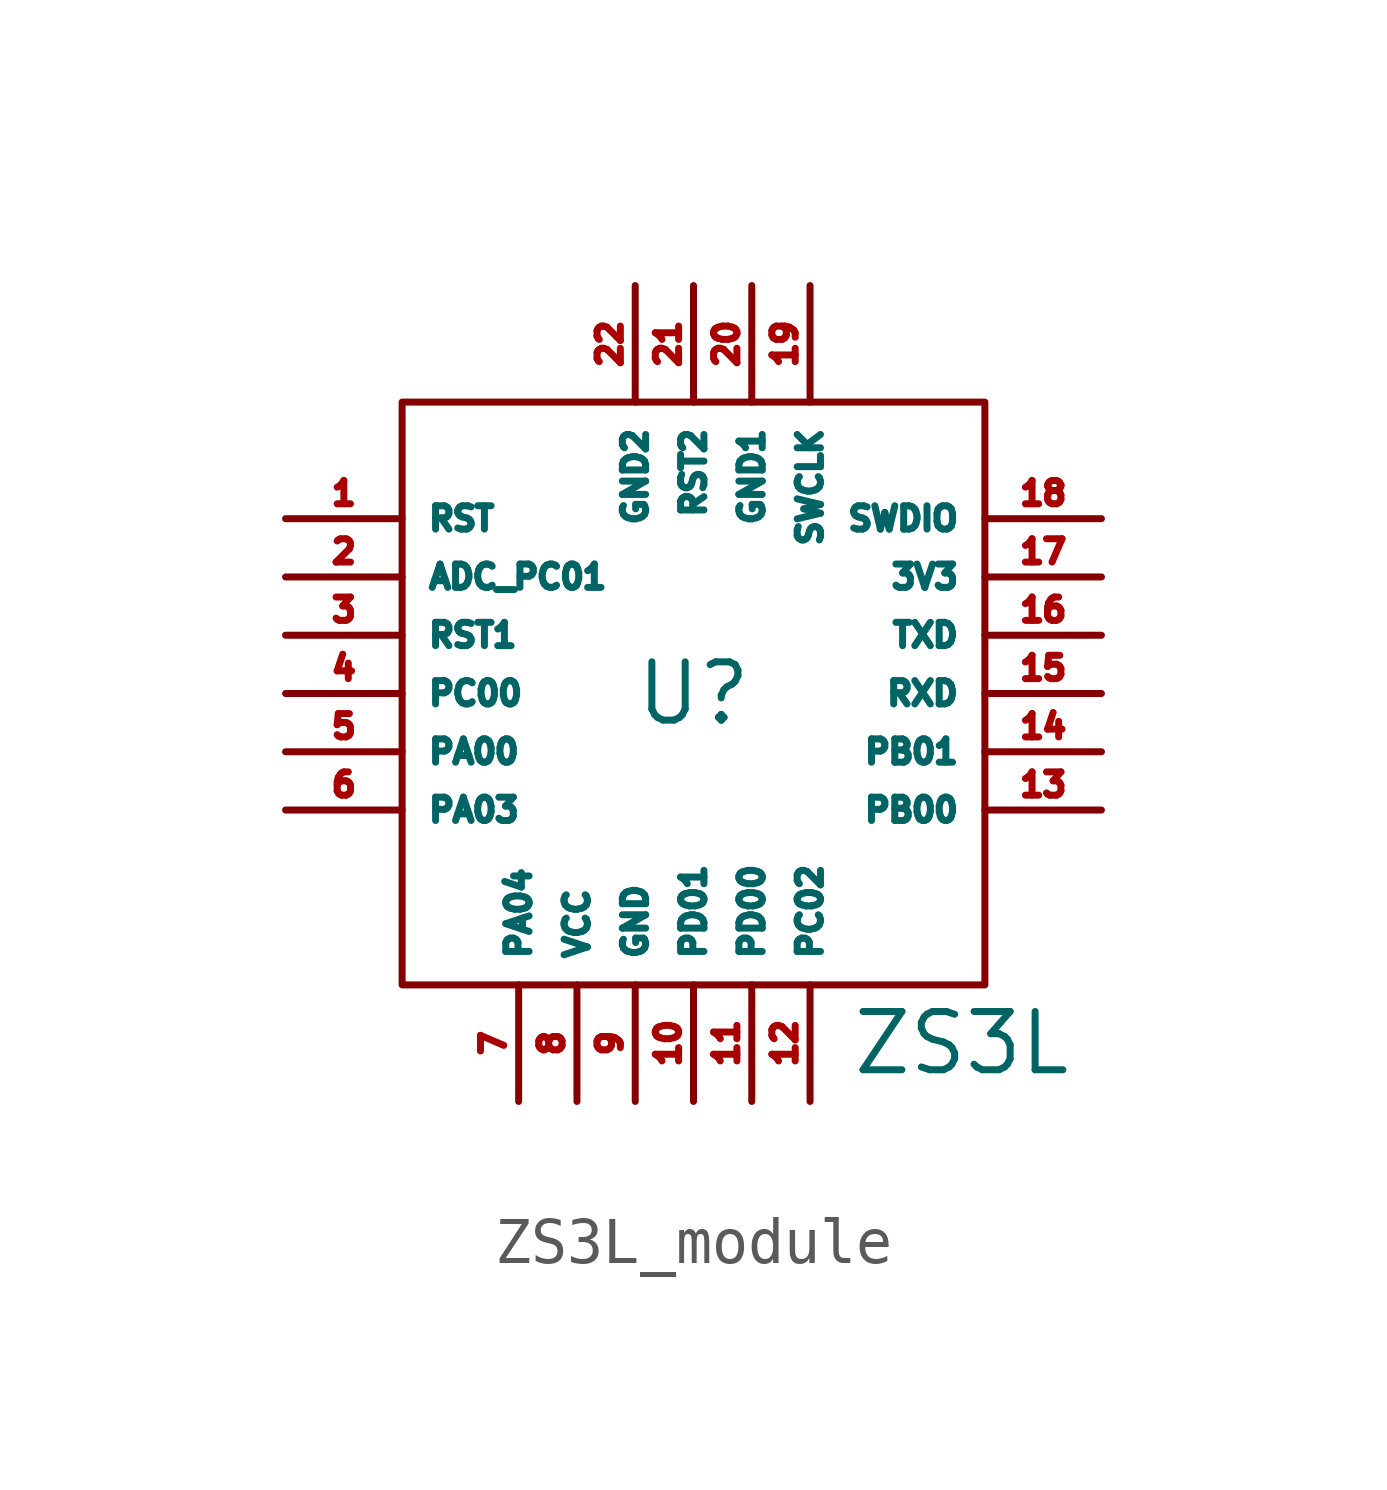
<source format=kicad_sym>
(kicad_symbol_lib
  (version 20231120)
  (generator "kicad_symbol_editor")
  (generator_version "8.0")
  (symbol "ZS3L_module"
    (property "Reference" "U"
      (at 0 0 0)
      (effects (font (size 1.27 1.27))))
    (property "Value" "ZS3L"
      (at 5.842 -7.62 0)
      (effects (font (size 1.27 1.27))))
    (symbol "ZS3L_module_0_1"
      (rectangle (start -6.35 6.35) (end 6.35 -6.35) (stroke (width 0) (type default)) (fill (type none))))
    (symbol "ZS3L_module_1_1"
      (pin unspecified line (at -8.89 3.81 0) (length 2.54) (name "RST" (effects (font (size 0.508 0.508)))) (number "1" (effects (font (size 0.508 0.508)))))
      (pin unspecified line (at 0 -8.89 90) (length 2.54) (name "PD01" (effects (font (size 0.508 0.508)))) (number "10" (effects (font (size 0.508 0.508)))))
      (pin unspecified line (at 1.27 -8.89 90) (length 2.54) (name "PD00" (effects (font (size 0.508 0.508)))) (number "11" (effects (font (size 0.508 0.508)))))
      (pin unspecified line (at 2.54 -8.89 90) (length 2.54) (name "PC02" (effects (font (size 0.508 0.508)))) (number "12" (effects (font (size 0.508 0.508)))))
      (pin unspecified line (at 8.89 -2.54 180) (length 2.54) (name "PB00" (effects (font (size 0.508 0.508)))) (number "13" (effects (font (size 0.508 0.508)))))
      (pin unspecified line (at 8.89 -1.27 180) (length 2.54) (name "PB01" (effects (font (size 0.508 0.508)))) (number "14" (effects (font (size 0.508 0.508)))))
      (pin unspecified line (at 8.89 0 180) (length 2.54) (name "RXD" (effects (font (size 0.508 0.508)))) (number "15" (effects (font (size 0.508 0.508)))))
      (pin unspecified line (at 8.89 1.27 180) (length 2.54) (name "TXD" (effects (font (size 0.508 0.508)))) (number "16" (effects (font (size 0.508 0.508)))))
      (pin power_in line (at 8.89 2.54 180) (length 2.54) (name "3V3" (effects (font (size 0.508 0.508)))) (number "17" (effects (font (size 0.508 0.508)))))
      (pin unspecified line (at 8.89 3.81 180) (length 2.54) (name "SWDIO" (effects (font (size 0.508 0.508)))) (number "18" (effects (font (size 0.508 0.508)))))
      (pin unspecified line (at 2.54 8.89 270) (length 2.54) (name "SWCLK" (effects (font (size 0.508 0.508)))) (number "19" (effects (font (size 0.508 0.508)))))
      (pin unspecified line (at -8.89 2.54 0) (length 2.54) (name "ADC_PC01" (effects (font (size 0.508 0.508)))) (number "2" (effects (font (size 0.508 0.508)))))
      (pin power_in line (at 1.27 8.89 270) (length 2.54) (name "GND1" (effects (font (size 0.508 0.508)))) (number "20" (effects (font (size 0.508 0.508)))))
      (pin unspecified line (at 0 8.89 270) (length 2.54) (name "RST2" (effects (font (size 0.508 0.508)))) (number "21" (effects (font (size 0.508 0.508)))))
      (pin power_in line (at -1.27 8.89 270) (length 2.54) (name "GND2" (effects (font (size 0.508 0.508)))) (number "22" (effects (font (size 0.508 0.508)))))
      (pin unspecified line (at -8.89 1.27 0) (length 2.54) (name "RST1" (effects (font (size 0.508 0.508)))) (number "3" (effects (font (size 0.508 0.508)))))
      (pin unspecified line (at -8.89 0 0) (length 2.54) (name "PC00" (effects (font (size 0.508 0.508)))) (number "4" (effects (font (size 0.508 0.508)))))
      (pin unspecified line (at -8.89 -1.27 0) (length 2.54) (name "PA00" (effects (font (size 0.508 0.508)))) (number "5" (effects (font (size 0.508 0.508)))))
      (pin unspecified line (at -8.89 -2.54 0) (length 2.54) (name "PA03" (effects (font (size 0.508 0.508)))) (number "6" (effects (font (size 0.508 0.508)))))
      (pin unspecified line (at -3.81 -8.89 90) (length 2.54) (name "PA04" (effects (font (size 0.508 0.508)))) (number "7" (effects (font (size 0.508 0.508)))))
      (pin power_in line (at -2.54 -8.89 90) (length 2.54) (name "VCC" (effects (font (size 0.508 0.508)))) (number "8" (effects (font (size 0.508 0.508)))))
      (pin power_in line (at -1.27 -8.89 90) (length 2.54) (name "GND" (effects (font (size 0.508 0.508)))) (number "9" (effects (font (size 0.508 0.508))))))))
</source>
